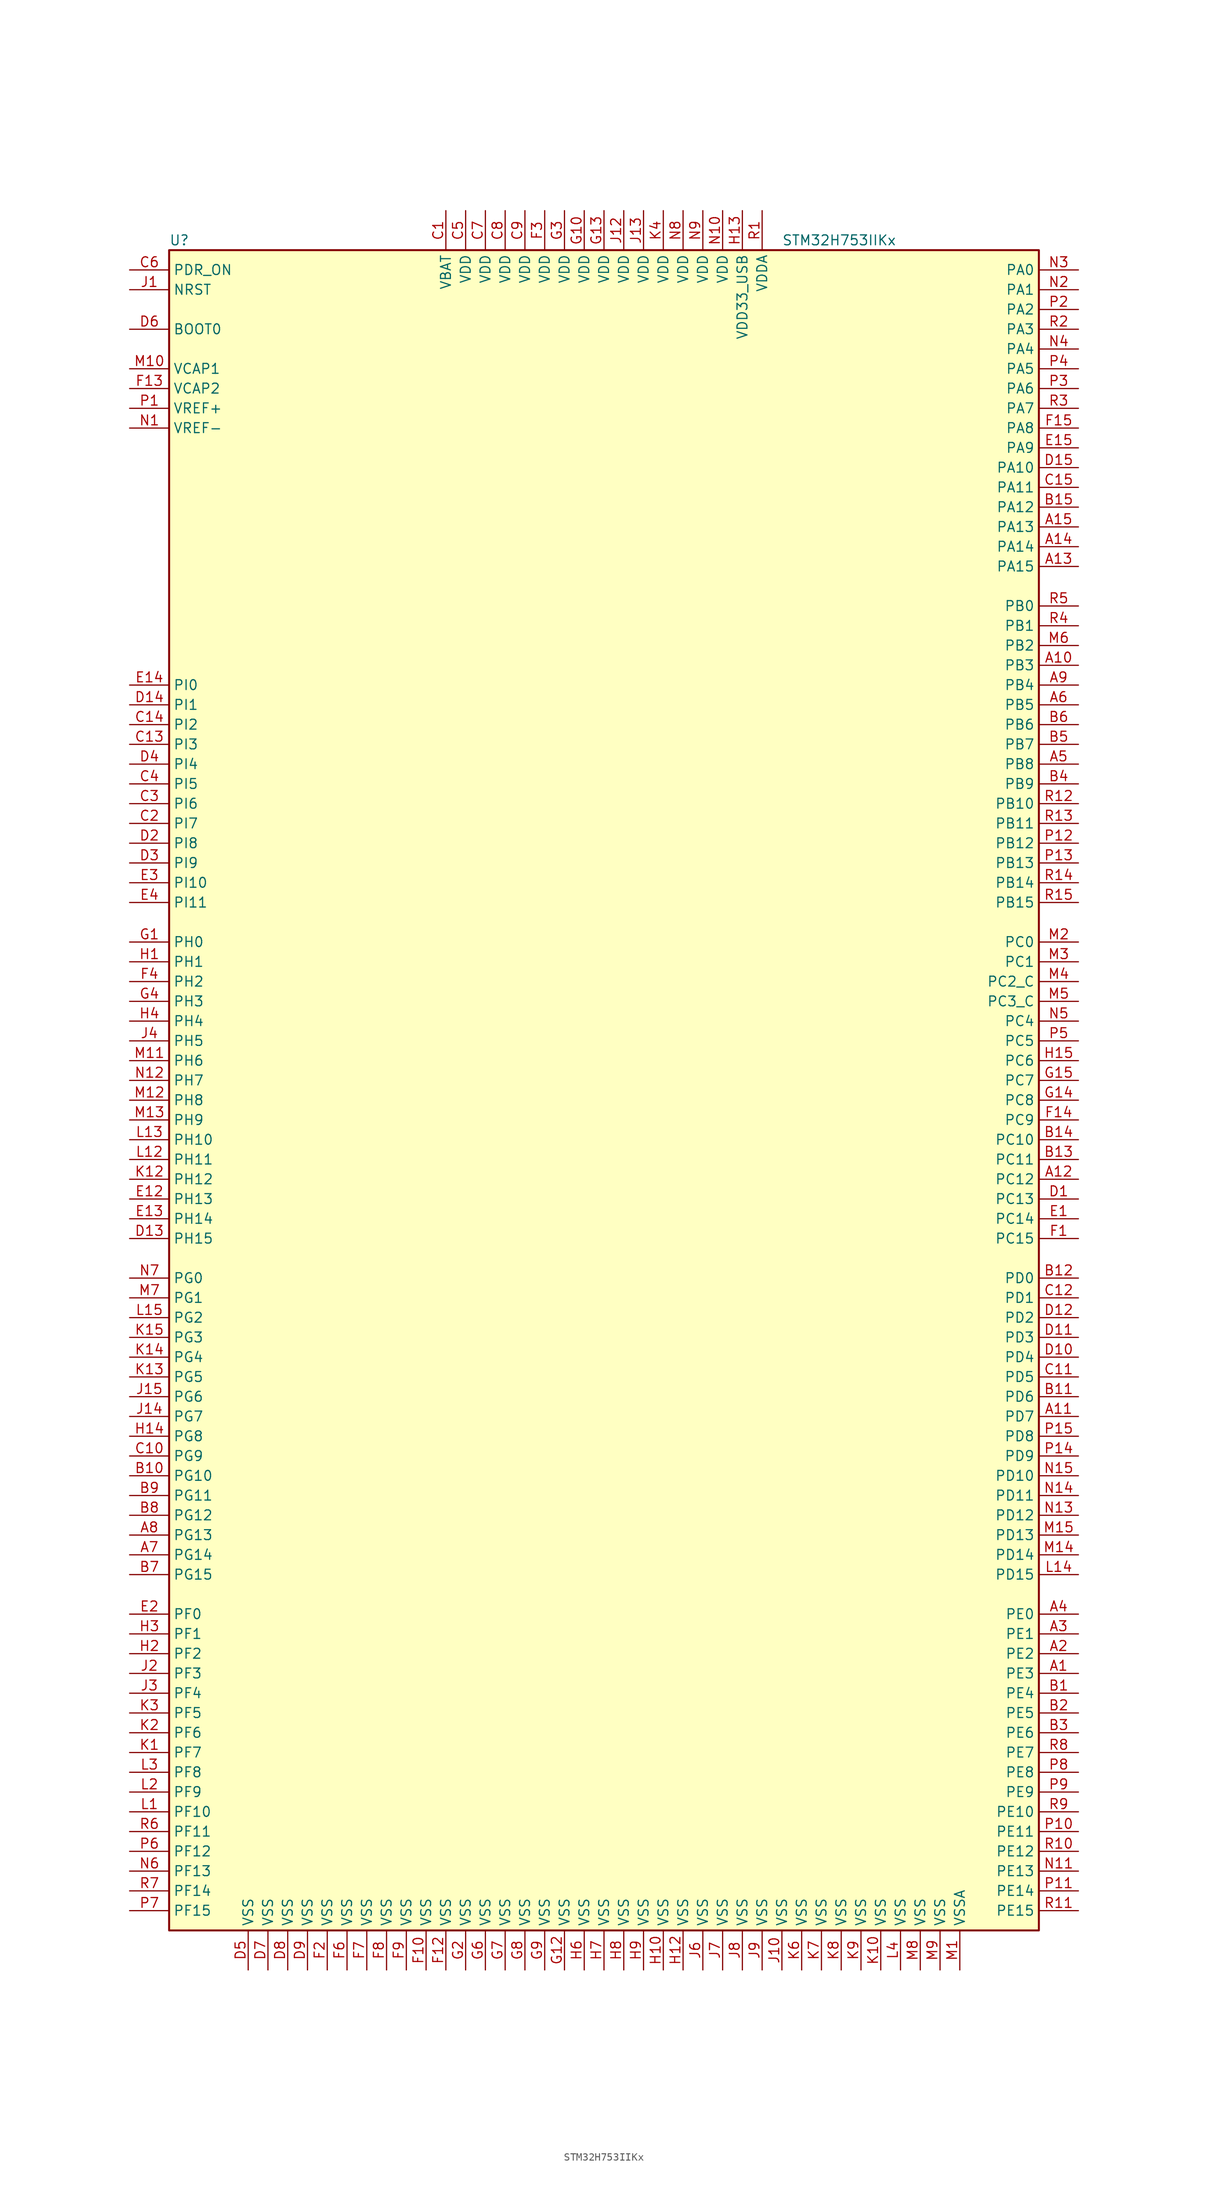
<source format=kicad_sym>
(kicad_symbol_lib
  (version 20201005)
  (generator kicad_symbol_editor)
  (symbol "MCU_ST_STM32H7:STM32H753IIKx"
    (property "Reference" "U"
      (at -55.88 107.95 0)
      (effects (font (size 1.27 1.27)) (justify left)))
    (property "Value" "STM32H753IIKx"
      (at 22.86 107.95 0)
      (effects (font (size 1.27 1.27)) (justify left)))
    (symbol "STM32H753IIKx_0_1"
      (rectangle (start -55.88 -109.22) (end 55.88 106.68) (stroke (width 0.254)) (fill (type background))))
    (symbol "STM32H753IIKx_1_1"
      (pin input line (at -60.96 96.52 0) (length 5.08) (name "BOOT0" (effects (font (size 1.27 1.27)))) (number "D6" (effects (font (size 1.27 1.27)))))
      (pin input line (at -60.96 101.6 0) (length 5.08) (name "NRST" (effects (font (size 1.27 1.27)))) (number "J1" (effects (font (size 1.27 1.27)))))
      (pin bidirectional line (at 60.96 104.14 180) (length 5.08) (name "PA0" (effects (font (size 1.27 1.27)))) (number "N3" (effects (font (size 1.27 1.27)))))
      (pin bidirectional line (at 60.96 101.6 180) (length 5.08) (name "PA1" (effects (font (size 1.27 1.27)))) (number "N2" (effects (font (size 1.27 1.27)))))
      (pin bidirectional line (at 60.96 78.74 180) (length 5.08) (name "PA10" (effects (font (size 1.27 1.27)))) (number "D15" (effects (font (size 1.27 1.27)))))
      (pin bidirectional line (at 60.96 76.2 180) (length 5.08) (name "PA11" (effects (font (size 1.27 1.27)))) (number "C15" (effects (font (size 1.27 1.27)))))
      (pin bidirectional line (at 60.96 73.66 180) (length 5.08) (name "PA12" (effects (font (size 1.27 1.27)))) (number "B15" (effects (font (size 1.27 1.27)))))
      (pin bidirectional line (at 60.96 71.12 180) (length 5.08) (name "PA13" (effects (font (size 1.27 1.27)))) (number "A15" (effects (font (size 1.27 1.27)))))
      (pin bidirectional line (at 60.96 68.58 180) (length 5.08) (name "PA14" (effects (font (size 1.27 1.27)))) (number "A14" (effects (font (size 1.27 1.27)))))
      (pin bidirectional line (at 60.96 66.04 180) (length 5.08) (name "PA15" (effects (font (size 1.27 1.27)))) (number "A13" (effects (font (size 1.27 1.27)))))
      (pin bidirectional line (at 60.96 99.06 180) (length 5.08) (name "PA2" (effects (font (size 1.27 1.27)))) (number "P2" (effects (font (size 1.27 1.27)))))
      (pin bidirectional line (at 60.96 96.52 180) (length 5.08) (name "PA3" (effects (font (size 1.27 1.27)))) (number "R2" (effects (font (size 1.27 1.27)))))
      (pin bidirectional line (at 60.96 93.98 180) (length 5.08) (name "PA4" (effects (font (size 1.27 1.27)))) (number "N4" (effects (font (size 1.27 1.27)))))
      (pin bidirectional line (at 60.96 91.44 180) (length 5.08) (name "PA5" (effects (font (size 1.27 1.27)))) (number "P4" (effects (font (size 1.27 1.27)))))
      (pin bidirectional line (at 60.96 88.9 180) (length 5.08) (name "PA6" (effects (font (size 1.27 1.27)))) (number "P3" (effects (font (size 1.27 1.27)))))
      (pin bidirectional line (at 60.96 86.36 180) (length 5.08) (name "PA7" (effects (font (size 1.27 1.27)))) (number "R3" (effects (font (size 1.27 1.27)))))
      (pin bidirectional line (at 60.96 83.82 180) (length 5.08) (name "PA8" (effects (font (size 1.27 1.27)))) (number "F15" (effects (font (size 1.27 1.27)))))
      (pin bidirectional line (at 60.96 81.28 180) (length 5.08) (name "PA9" (effects (font (size 1.27 1.27)))) (number "E15" (effects (font (size 1.27 1.27)))))
      (pin bidirectional line (at 60.96 60.96 180) (length 5.08) (name "PB0" (effects (font (size 1.27 1.27)))) (number "R5" (effects (font (size 1.27 1.27)))))
      (pin bidirectional line (at 60.96 58.42 180) (length 5.08) (name "PB1" (effects (font (size 1.27 1.27)))) (number "R4" (effects (font (size 1.27 1.27)))))
      (pin bidirectional line (at 60.96 35.56 180) (length 5.08) (name "PB10" (effects (font (size 1.27 1.27)))) (number "R12" (effects (font (size 1.27 1.27)))))
      (pin bidirectional line (at 60.96 33.02 180) (length 5.08) (name "PB11" (effects (font (size 1.27 1.27)))) (number "R13" (effects (font (size 1.27 1.27)))))
      (pin bidirectional line (at 60.96 30.48 180) (length 5.08) (name "PB12" (effects (font (size 1.27 1.27)))) (number "P12" (effects (font (size 1.27 1.27)))))
      (pin bidirectional line (at 60.96 27.94 180) (length 5.08) (name "PB13" (effects (font (size 1.27 1.27)))) (number "P13" (effects (font (size 1.27 1.27)))))
      (pin bidirectional line (at 60.96 25.4 180) (length 5.08) (name "PB14" (effects (font (size 1.27 1.27)))) (number "R14" (effects (font (size 1.27 1.27)))))
      (pin bidirectional line (at 60.96 22.86 180) (length 5.08) (name "PB15" (effects (font (size 1.27 1.27)))) (number "R15" (effects (font (size 1.27 1.27)))))
      (pin bidirectional line (at 60.96 55.88 180) (length 5.08) (name "PB2" (effects (font (size 1.27 1.27)))) (number "M6" (effects (font (size 1.27 1.27)))))
      (pin bidirectional line (at 60.96 53.34 180) (length 5.08) (name "PB3" (effects (font (size 1.27 1.27)))) (number "A10" (effects (font (size 1.27 1.27)))))
      (pin bidirectional line (at 60.96 50.8 180) (length 5.08) (name "PB4" (effects (font (size 1.27 1.27)))) (number "A9" (effects (font (size 1.27 1.27)))))
      (pin bidirectional line (at 60.96 48.26 180) (length 5.08) (name "PB5" (effects (font (size 1.27 1.27)))) (number "A6" (effects (font (size 1.27 1.27)))))
      (pin bidirectional line (at 60.96 45.72 180) (length 5.08) (name "PB6" (effects (font (size 1.27 1.27)))) (number "B6" (effects (font (size 1.27 1.27)))))
      (pin bidirectional line (at 60.96 43.18 180) (length 5.08) (name "PB7" (effects (font (size 1.27 1.27)))) (number "B5" (effects (font (size 1.27 1.27)))))
      (pin bidirectional line (at 60.96 40.64 180) (length 5.08) (name "PB8" (effects (font (size 1.27 1.27)))) (number "A5" (effects (font (size 1.27 1.27)))))
      (pin bidirectional line (at 60.96 38.1 180) (length 5.08) (name "PB9" (effects (font (size 1.27 1.27)))) (number "B4" (effects (font (size 1.27 1.27)))))
      (pin bidirectional line (at 60.96 17.78 180) (length 5.08) (name "PC0" (effects (font (size 1.27 1.27)))) (number "M2" (effects (font (size 1.27 1.27)))))
      (pin bidirectional line (at 60.96 15.24 180) (length 5.08) (name "PC1" (effects (font (size 1.27 1.27)))) (number "M3" (effects (font (size 1.27 1.27)))))
      (pin bidirectional line (at 60.96 -7.62 180) (length 5.08) (name "PC10" (effects (font (size 1.27 1.27)))) (number "B14" (effects (font (size 1.27 1.27)))))
      (pin bidirectional line (at 60.96 -10.16 180) (length 5.08) (name "PC11" (effects (font (size 1.27 1.27)))) (number "B13" (effects (font (size 1.27 1.27)))))
      (pin bidirectional line (at 60.96 -12.7 180) (length 5.08) (name "PC12" (effects (font (size 1.27 1.27)))) (number "A12" (effects (font (size 1.27 1.27)))))
      (pin bidirectional line (at 60.96 -15.24 180) (length 5.08) (name "PC13" (effects (font (size 1.27 1.27)))) (number "D1" (effects (font (size 1.27 1.27)))))
      (pin bidirectional line (at 60.96 -17.78 180) (length 5.08) (name "PC14" (effects (font (size 1.27 1.27)))) (number "E1" (effects (font (size 1.27 1.27)))))
      (pin bidirectional line (at 60.96 -20.32 180) (length 5.08) (name "PC15" (effects (font (size 1.27 1.27)))) (number "F1" (effects (font (size 1.27 1.27)))))
      (pin bidirectional line (at 60.96 12.7 180) (length 5.08) (name "PC2_C" (effects (font (size 1.27 1.27)))) (number "M4" (effects (font (size 1.27 1.27)))))
      (pin bidirectional line (at 60.96 10.16 180) (length 5.08) (name "PC3_C" (effects (font (size 1.27 1.27)))) (number "M5" (effects (font (size 1.27 1.27)))))
      (pin bidirectional line (at 60.96 7.62 180) (length 5.08) (name "PC4" (effects (font (size 1.27 1.27)))) (number "N5" (effects (font (size 1.27 1.27)))))
      (pin bidirectional line (at 60.96 5.08 180) (length 5.08) (name "PC5" (effects (font (size 1.27 1.27)))) (number "P5" (effects (font (size 1.27 1.27)))))
      (pin bidirectional line (at 60.96 2.54 180) (length 5.08) (name "PC6" (effects (font (size 1.27 1.27)))) (number "H15" (effects (font (size 1.27 1.27)))))
      (pin bidirectional line (at 60.96 0 180) (length 5.08) (name "PC7" (effects (font (size 1.27 1.27)))) (number "G15" (effects (font (size 1.27 1.27)))))
      (pin bidirectional line (at 60.96 -2.54 180) (length 5.08) (name "PC8" (effects (font (size 1.27 1.27)))) (number "G14" (effects (font (size 1.27 1.27)))))
      (pin bidirectional line (at 60.96 -5.08 180) (length 5.08) (name "PC9" (effects (font (size 1.27 1.27)))) (number "F14" (effects (font (size 1.27 1.27)))))
      (pin bidirectional line (at 60.96 -25.4 180) (length 5.08) (name "PD0" (effects (font (size 1.27 1.27)))) (number "B12" (effects (font (size 1.27 1.27)))))
      (pin bidirectional line (at 60.96 -27.94 180) (length 5.08) (name "PD1" (effects (font (size 1.27 1.27)))) (number "C12" (effects (font (size 1.27 1.27)))))
      (pin bidirectional line (at 60.96 -50.8 180) (length 5.08) (name "PD10" (effects (font (size 1.27 1.27)))) (number "N15" (effects (font (size 1.27 1.27)))))
      (pin bidirectional line (at 60.96 -53.34 180) (length 5.08) (name "PD11" (effects (font (size 1.27 1.27)))) (number "N14" (effects (font (size 1.27 1.27)))))
      (pin bidirectional line (at 60.96 -55.88 180) (length 5.08) (name "PD12" (effects (font (size 1.27 1.27)))) (number "N13" (effects (font (size 1.27 1.27)))))
      (pin bidirectional line (at 60.96 -58.42 180) (length 5.08) (name "PD13" (effects (font (size 1.27 1.27)))) (number "M15" (effects (font (size 1.27 1.27)))))
      (pin bidirectional line (at 60.96 -60.96 180) (length 5.08) (name "PD14" (effects (font (size 1.27 1.27)))) (number "M14" (effects (font (size 1.27 1.27)))))
      (pin bidirectional line (at 60.96 -63.5 180) (length 5.08) (name "PD15" (effects (font (size 1.27 1.27)))) (number "L14" (effects (font (size 1.27 1.27)))))
      (pin bidirectional line (at 60.96 -30.48 180) (length 5.08) (name "PD2" (effects (font (size 1.27 1.27)))) (number "D12" (effects (font (size 1.27 1.27)))))
      (pin bidirectional line (at 60.96 -33.02 180) (length 5.08) (name "PD3" (effects (font (size 1.27 1.27)))) (number "D11" (effects (font (size 1.27 1.27)))))
      (pin bidirectional line (at 60.96 -35.56 180) (length 5.08) (name "PD4" (effects (font (size 1.27 1.27)))) (number "D10" (effects (font (size 1.27 1.27)))))
      (pin bidirectional line (at 60.96 -38.1 180) (length 5.08) (name "PD5" (effects (font (size 1.27 1.27)))) (number "C11" (effects (font (size 1.27 1.27)))))
      (pin bidirectional line (at 60.96 -40.64 180) (length 5.08) (name "PD6" (effects (font (size 1.27 1.27)))) (number "B11" (effects (font (size 1.27 1.27)))))
      (pin bidirectional line (at 60.96 -43.18 180) (length 5.08) (name "PD7" (effects (font (size 1.27 1.27)))) (number "A11" (effects (font (size 1.27 1.27)))))
      (pin bidirectional line (at 60.96 -45.72 180) (length 5.08) (name "PD8" (effects (font (size 1.27 1.27)))) (number "P15" (effects (font (size 1.27 1.27)))))
      (pin bidirectional line (at 60.96 -48.26 180) (length 5.08) (name "PD9" (effects (font (size 1.27 1.27)))) (number "P14" (effects (font (size 1.27 1.27)))))
      (pin input line (at -60.96 104.14 0) (length 5.08) (name "PDR_ON" (effects (font (size 1.27 1.27)))) (number "C6" (effects (font (size 1.27 1.27)))))
      (pin bidirectional line (at 60.96 -68.58 180) (length 5.08) (name "PE0" (effects (font (size 1.27 1.27)))) (number "A4" (effects (font (size 1.27 1.27)))))
      (pin bidirectional line (at 60.96 -71.12 180) (length 5.08) (name "PE1" (effects (font (size 1.27 1.27)))) (number "A3" (effects (font (size 1.27 1.27)))))
      (pin bidirectional line (at 60.96 -93.98 180) (length 5.08) (name "PE10" (effects (font (size 1.27 1.27)))) (number "R9" (effects (font (size 1.27 1.27)))))
      (pin bidirectional line (at 60.96 -96.52 180) (length 5.08) (name "PE11" (effects (font (size 1.27 1.27)))) (number "P10" (effects (font (size 1.27 1.27)))))
      (pin bidirectional line (at 60.96 -99.06 180) (length 5.08) (name "PE12" (effects (font (size 1.27 1.27)))) (number "R10" (effects (font (size 1.27 1.27)))))
      (pin bidirectional line (at 60.96 -101.6 180) (length 5.08) (name "PE13" (effects (font (size 1.27 1.27)))) (number "N11" (effects (font (size 1.27 1.27)))))
      (pin bidirectional line (at 60.96 -104.14 180) (length 5.08) (name "PE14" (effects (font (size 1.27 1.27)))) (number "P11" (effects (font (size 1.27 1.27)))))
      (pin bidirectional line (at 60.96 -106.68 180) (length 5.08) (name "PE15" (effects (font (size 1.27 1.27)))) (number "R11" (effects (font (size 1.27 1.27)))))
      (pin bidirectional line (at 60.96 -73.66 180) (length 5.08) (name "PE2" (effects (font (size 1.27 1.27)))) (number "A2" (effects (font (size 1.27 1.27)))))
      (pin bidirectional line (at 60.96 -76.2 180) (length 5.08) (name "PE3" (effects (font (size 1.27 1.27)))) (number "A1" (effects (font (size 1.27 1.27)))))
      (pin bidirectional line (at 60.96 -78.74 180) (length 5.08) (name "PE4" (effects (font (size 1.27 1.27)))) (number "B1" (effects (font (size 1.27 1.27)))))
      (pin bidirectional line (at 60.96 -81.28 180) (length 5.08) (name "PE5" (effects (font (size 1.27 1.27)))) (number "B2" (effects (font (size 1.27 1.27)))))
      (pin bidirectional line (at 60.96 -83.82 180) (length 5.08) (name "PE6" (effects (font (size 1.27 1.27)))) (number "B3" (effects (font (size 1.27 1.27)))))
      (pin bidirectional line (at 60.96 -86.36 180) (length 5.08) (name "PE7" (effects (font (size 1.27 1.27)))) (number "R8" (effects (font (size 1.27 1.27)))))
      (pin bidirectional line (at 60.96 -88.9 180) (length 5.08) (name "PE8" (effects (font (size 1.27 1.27)))) (number "P8" (effects (font (size 1.27 1.27)))))
      (pin bidirectional line (at 60.96 -91.44 180) (length 5.08) (name "PE9" (effects (font (size 1.27 1.27)))) (number "P9" (effects (font (size 1.27 1.27)))))
      (pin bidirectional line (at -60.96 -68.58 0) (length 5.08) (name "PF0" (effects (font (size 1.27 1.27)))) (number "E2" (effects (font (size 1.27 1.27)))))
      (pin bidirectional line (at -60.96 -71.12 0) (length 5.08) (name "PF1" (effects (font (size 1.27 1.27)))) (number "H3" (effects (font (size 1.27 1.27)))))
      (pin bidirectional line (at -60.96 -93.98 0) (length 5.08) (name "PF10" (effects (font (size 1.27 1.27)))) (number "L1" (effects (font (size 1.27 1.27)))))
      (pin bidirectional line (at -60.96 -96.52 0) (length 5.08) (name "PF11" (effects (font (size 1.27 1.27)))) (number "R6" (effects (font (size 1.27 1.27)))))
      (pin bidirectional line (at -60.96 -99.06 0) (length 5.08) (name "PF12" (effects (font (size 1.27 1.27)))) (number "P6" (effects (font (size 1.27 1.27)))))
      (pin bidirectional line (at -60.96 -101.6 0) (length 5.08) (name "PF13" (effects (font (size 1.27 1.27)))) (number "N6" (effects (font (size 1.27 1.27)))))
      (pin bidirectional line (at -60.96 -104.14 0) (length 5.08) (name "PF14" (effects (font (size 1.27 1.27)))) (number "R7" (effects (font (size 1.27 1.27)))))
      (pin bidirectional line (at -60.96 -106.68 0) (length 5.08) (name "PF15" (effects (font (size 1.27 1.27)))) (number "P7" (effects (font (size 1.27 1.27)))))
      (pin bidirectional line (at -60.96 -73.66 0) (length 5.08) (name "PF2" (effects (font (size 1.27 1.27)))) (number "H2" (effects (font (size 1.27 1.27)))))
      (pin bidirectional line (at -60.96 -76.2 0) (length 5.08) (name "PF3" (effects (font (size 1.27 1.27)))) (number "J2" (effects (font (size 1.27 1.27)))))
      (pin bidirectional line (at -60.96 -78.74 0) (length 5.08) (name "PF4" (effects (font (size 1.27 1.27)))) (number "J3" (effects (font (size 1.27 1.27)))))
      (pin bidirectional line (at -60.96 -81.28 0) (length 5.08) (name "PF5" (effects (font (size 1.27 1.27)))) (number "K3" (effects (font (size 1.27 1.27)))))
      (pin bidirectional line (at -60.96 -83.82 0) (length 5.08) (name "PF6" (effects (font (size 1.27 1.27)))) (number "K2" (effects (font (size 1.27 1.27)))))
      (pin bidirectional line (at -60.96 -86.36 0) (length 5.08) (name "PF7" (effects (font (size 1.27 1.27)))) (number "K1" (effects (font (size 1.27 1.27)))))
      (pin bidirectional line (at -60.96 -88.9 0) (length 5.08) (name "PF8" (effects (font (size 1.27 1.27)))) (number "L3" (effects (font (size 1.27 1.27)))))
      (pin bidirectional line (at -60.96 -91.44 0) (length 5.08) (name "PF9" (effects (font (size 1.27 1.27)))) (number "L2" (effects (font (size 1.27 1.27)))))
      (pin bidirectional line (at -60.96 -25.4 0) (length 5.08) (name "PG0" (effects (font (size 1.27 1.27)))) (number "N7" (effects (font (size 1.27 1.27)))))
      (pin bidirectional line (at -60.96 -27.94 0) (length 5.08) (name "PG1" (effects (font (size 1.27 1.27)))) (number "M7" (effects (font (size 1.27 1.27)))))
      (pin bidirectional line (at -60.96 -50.8 0) (length 5.08) (name "PG10" (effects (font (size 1.27 1.27)))) (number "B10" (effects (font (size 1.27 1.27)))))
      (pin bidirectional line (at -60.96 -53.34 0) (length 5.08) (name "PG11" (effects (font (size 1.27 1.27)))) (number "B9" (effects (font (size 1.27 1.27)))))
      (pin bidirectional line (at -60.96 -55.88 0) (length 5.08) (name "PG12" (effects (font (size 1.27 1.27)))) (number "B8" (effects (font (size 1.27 1.27)))))
      (pin bidirectional line (at -60.96 -58.42 0) (length 5.08) (name "PG13" (effects (font (size 1.27 1.27)))) (number "A8" (effects (font (size 1.27 1.27)))))
      (pin bidirectional line (at -60.96 -60.96 0) (length 5.08) (name "PG14" (effects (font (size 1.27 1.27)))) (number "A7" (effects (font (size 1.27 1.27)))))
      (pin bidirectional line (at -60.96 -63.5 0) (length 5.08) (name "PG15" (effects (font (size 1.27 1.27)))) (number "B7" (effects (font (size 1.27 1.27)))))
      (pin bidirectional line (at -60.96 -30.48 0) (length 5.08) (name "PG2" (effects (font (size 1.27 1.27)))) (number "L15" (effects (font (size 1.27 1.27)))))
      (pin bidirectional line (at -60.96 -33.02 0) (length 5.08) (name "PG3" (effects (font (size 1.27 1.27)))) (number "K15" (effects (font (size 1.27 1.27)))))
      (pin bidirectional line (at -60.96 -35.56 0) (length 5.08) (name "PG4" (effects (font (size 1.27 1.27)))) (number "K14" (effects (font (size 1.27 1.27)))))
      (pin bidirectional line (at -60.96 -38.1 0) (length 5.08) (name "PG5" (effects (font (size 1.27 1.27)))) (number "K13" (effects (font (size 1.27 1.27)))))
      (pin bidirectional line (at -60.96 -40.64 0) (length 5.08) (name "PG6" (effects (font (size 1.27 1.27)))) (number "J15" (effects (font (size 1.27 1.27)))))
      (pin bidirectional line (at -60.96 -43.18 0) (length 5.08) (name "PG7" (effects (font (size 1.27 1.27)))) (number "J14" (effects (font (size 1.27 1.27)))))
      (pin bidirectional line (at -60.96 -45.72 0) (length 5.08) (name "PG8" (effects (font (size 1.27 1.27)))) (number "H14" (effects (font (size 1.27 1.27)))))
      (pin bidirectional line (at -60.96 -48.26 0) (length 5.08) (name "PG9" (effects (font (size 1.27 1.27)))) (number "C10" (effects (font (size 1.27 1.27)))))
      (pin input line (at -60.96 17.78 0) (length 5.08) (name "PH0" (effects (font (size 1.27 1.27)))) (number "G1" (effects (font (size 1.27 1.27)))))
      (pin input line (at -60.96 15.24 0) (length 5.08) (name "PH1" (effects (font (size 1.27 1.27)))) (number "H1" (effects (font (size 1.27 1.27)))))
      (pin bidirectional line (at -60.96 -7.62 0) (length 5.08) (name "PH10" (effects (font (size 1.27 1.27)))) (number "L13" (effects (font (size 1.27 1.27)))))
      (pin bidirectional line (at -60.96 -10.16 0) (length 5.08) (name "PH11" (effects (font (size 1.27 1.27)))) (number "L12" (effects (font (size 1.27 1.27)))))
      (pin bidirectional line (at -60.96 -12.7 0) (length 5.08) (name "PH12" (effects (font (size 1.27 1.27)))) (number "K12" (effects (font (size 1.27 1.27)))))
      (pin bidirectional line (at -60.96 -15.24 0) (length 5.08) (name "PH13" (effects (font (size 1.27 1.27)))) (number "E12" (effects (font (size 1.27 1.27)))))
      (pin bidirectional line (at -60.96 -17.78 0) (length 5.08) (name "PH14" (effects (font (size 1.27 1.27)))) (number "E13" (effects (font (size 1.27 1.27)))))
      (pin bidirectional line (at -60.96 -20.32 0) (length 5.08) (name "PH15" (effects (font (size 1.27 1.27)))) (number "D13" (effects (font (size 1.27 1.27)))))
      (pin bidirectional line (at -60.96 12.7 0) (length 5.08) (name "PH2" (effects (font (size 1.27 1.27)))) (number "F4" (effects (font (size 1.27 1.27)))))
      (pin bidirectional line (at -60.96 10.16 0) (length 5.08) (name "PH3" (effects (font (size 1.27 1.27)))) (number "G4" (effects (font (size 1.27 1.27)))))
      (pin bidirectional line (at -60.96 7.62 0) (length 5.08) (name "PH4" (effects (font (size 1.27 1.27)))) (number "H4" (effects (font (size 1.27 1.27)))))
      (pin bidirectional line (at -60.96 5.08 0) (length 5.08) (name "PH5" (effects (font (size 1.27 1.27)))) (number "J4" (effects (font (size 1.27 1.27)))))
      (pin bidirectional line (at -60.96 2.54 0) (length 5.08) (name "PH6" (effects (font (size 1.27 1.27)))) (number "M11" (effects (font (size 1.27 1.27)))))
      (pin bidirectional line (at -60.96 0 0) (length 5.08) (name "PH7" (effects (font (size 1.27 1.27)))) (number "N12" (effects (font (size 1.27 1.27)))))
      (pin bidirectional line (at -60.96 -2.54 0) (length 5.08) (name "PH8" (effects (font (size 1.27 1.27)))) (number "M12" (effects (font (size 1.27 1.27)))))
      (pin bidirectional line (at -60.96 -5.08 0) (length 5.08) (name "PH9" (effects (font (size 1.27 1.27)))) (number "M13" (effects (font (size 1.27 1.27)))))
      (pin bidirectional line (at -60.96 50.8 0) (length 5.08) (name "PI0" (effects (font (size 1.27 1.27)))) (number "E14" (effects (font (size 1.27 1.27)))))
      (pin bidirectional line (at -60.96 48.26 0) (length 5.08) (name "PI1" (effects (font (size 1.27 1.27)))) (number "D14" (effects (font (size 1.27 1.27)))))
      (pin bidirectional line (at -60.96 25.4 0) (length 5.08) (name "PI10" (effects (font (size 1.27 1.27)))) (number "E3" (effects (font (size 1.27 1.27)))))
      (pin bidirectional line (at -60.96 22.86 0) (length 5.08) (name "PI11" (effects (font (size 1.27 1.27)))) (number "E4" (effects (font (size 1.27 1.27)))))
      (pin bidirectional line (at -60.96 45.72 0) (length 5.08) (name "PI2" (effects (font (size 1.27 1.27)))) (number "C14" (effects (font (size 1.27 1.27)))))
      (pin bidirectional line (at -60.96 43.18 0) (length 5.08) (name "PI3" (effects (font (size 1.27 1.27)))) (number "C13" (effects (font (size 1.27 1.27)))))
      (pin bidirectional line (at -60.96 40.64 0) (length 5.08) (name "PI4" (effects (font (size 1.27 1.27)))) (number "D4" (effects (font (size 1.27 1.27)))))
      (pin bidirectional line (at -60.96 38.1 0) (length 5.08) (name "PI5" (effects (font (size 1.27 1.27)))) (number "C4" (effects (font (size 1.27 1.27)))))
      (pin bidirectional line (at -60.96 35.56 0) (length 5.08) (name "PI6" (effects (font (size 1.27 1.27)))) (number "C3" (effects (font (size 1.27 1.27)))))
      (pin bidirectional line (at -60.96 33.02 0) (length 5.08) (name "PI7" (effects (font (size 1.27 1.27)))) (number "C2" (effects (font (size 1.27 1.27)))))
      (pin bidirectional line (at -60.96 30.48 0) (length 5.08) (name "PI8" (effects (font (size 1.27 1.27)))) (number "D2" (effects (font (size 1.27 1.27)))))
      (pin bidirectional line (at -60.96 27.94 0) (length 5.08) (name "PI9" (effects (font (size 1.27 1.27)))) (number "D3" (effects (font (size 1.27 1.27)))))
      (pin power_in line (at -20.32 111.76 270) (length 5.08) (name "VBAT" (effects (font (size 1.27 1.27)))) (number "C1" (effects (font (size 1.27 1.27)))))
      (pin power_in line (at -60.96 91.44 0) (length 5.08) (name "VCAP1" (effects (font (size 1.27 1.27)))) (number "M10" (effects (font (size 1.27 1.27)))))
      (pin power_in line (at -60.96 88.9 0) (length 5.08) (name "VCAP2" (effects (font (size 1.27 1.27)))) (number "F13" (effects (font (size 1.27 1.27)))))
      (pin power_in line (at -17.78 111.76 270) (length 5.08) (name "VDD" (effects (font (size 1.27 1.27)))) (number "C5" (effects (font (size 1.27 1.27)))))
      (pin power_in line (at -15.24 111.76 270) (length 5.08) (name "VDD" (effects (font (size 1.27 1.27)))) (number "C7" (effects (font (size 1.27 1.27)))))
      (pin power_in line (at -12.7 111.76 270) (length 5.08) (name "VDD" (effects (font (size 1.27 1.27)))) (number "C8" (effects (font (size 1.27 1.27)))))
      (pin power_in line (at -10.16 111.76 270) (length 5.08) (name "VDD" (effects (font (size 1.27 1.27)))) (number "C9" (effects (font (size 1.27 1.27)))))
      (pin power_in line (at -7.62 111.76 270) (length 5.08) (name "VDD" (effects (font (size 1.27 1.27)))) (number "F3" (effects (font (size 1.27 1.27)))))
      (pin power_in line (at -2.54 111.76 270) (length 5.08) (name "VDD" (effects (font (size 1.27 1.27)))) (number "G10" (effects (font (size 1.27 1.27)))))
      (pin power_in line (at 0 111.76 270) (length 5.08) (name "VDD" (effects (font (size 1.27 1.27)))) (number "G13" (effects (font (size 1.27 1.27)))))
      (pin power_in line (at -5.08 111.76 270) (length 5.08) (name "VDD" (effects (font (size 1.27 1.27)))) (number "G3" (effects (font (size 1.27 1.27)))))
      (pin power_in line (at 2.54 111.76 270) (length 5.08) (name "VDD" (effects (font (size 1.27 1.27)))) (number "J12" (effects (font (size 1.27 1.27)))))
      (pin power_in line (at 5.08 111.76 270) (length 5.08) (name "VDD" (effects (font (size 1.27 1.27)))) (number "J13" (effects (font (size 1.27 1.27)))))
      (pin power_in line (at 7.62 111.76 270) (length 5.08) (name "VDD" (effects (font (size 1.27 1.27)))) (number "K4" (effects (font (size 1.27 1.27)))))
      (pin power_in line (at 15.24 111.76 270) (length 5.08) (name "VDD" (effects (font (size 1.27 1.27)))) (number "N10" (effects (font (size 1.27 1.27)))))
      (pin power_in line (at 10.16 111.76 270) (length 5.08) (name "VDD" (effects (font (size 1.27 1.27)))) (number "N8" (effects (font (size 1.27 1.27)))))
      (pin power_in line (at 12.7 111.76 270) (length 5.08) (name "VDD" (effects (font (size 1.27 1.27)))) (number "N9" (effects (font (size 1.27 1.27)))))
      (pin power_in line (at 17.78 111.76 270) (length 5.08) (name "VDD33_USB" (effects (font (size 1.27 1.27)))) (number "H13" (effects (font (size 1.27 1.27)))))
      (pin power_in line (at 20.32 111.76 270) (length 5.08) (name "VDDA" (effects (font (size 1.27 1.27)))) (number "R1" (effects (font (size 1.27 1.27)))))
      (pin bidirectional line (at -60.96 86.36 0) (length 5.08) (name "VREF+" (effects (font (size 1.27 1.27)))) (number "P1" (effects (font (size 1.27 1.27)))))
      (pin power_in line (at -60.96 83.82 0) (length 5.08) (name "VREF-" (effects (font (size 1.27 1.27)))) (number "N1" (effects (font (size 1.27 1.27)))))
      (pin power_in line (at -45.72 -114.3 90) (length 5.08) (name "VSS" (effects (font (size 1.27 1.27)))) (number "D5" (effects (font (size 1.27 1.27)))))
      (pin power_in line (at -43.18 -114.3 90) (length 5.08) (name "VSS" (effects (font (size 1.27 1.27)))) (number "D7" (effects (font (size 1.27 1.27)))))
      (pin power_in line (at -40.64 -114.3 90) (length 5.08) (name "VSS" (effects (font (size 1.27 1.27)))) (number "D8" (effects (font (size 1.27 1.27)))))
      (pin power_in line (at -38.1 -114.3 90) (length 5.08) (name "VSS" (effects (font (size 1.27 1.27)))) (number "D9" (effects (font (size 1.27 1.27)))))
      (pin power_in line (at -22.86 -114.3 90) (length 5.08) (name "VSS" (effects (font (size 1.27 1.27)))) (number "F10" (effects (font (size 1.27 1.27)))))
      (pin power_in line (at -20.32 -114.3 90) (length 5.08) (name "VSS" (effects (font (size 1.27 1.27)))) (number "F12" (effects (font (size 1.27 1.27)))))
      (pin power_in line (at -35.56 -114.3 90) (length 5.08) (name "VSS" (effects (font (size 1.27 1.27)))) (number "F2" (effects (font (size 1.27 1.27)))))
      (pin power_in line (at -33.02 -114.3 90) (length 5.08) (name "VSS" (effects (font (size 1.27 1.27)))) (number "F6" (effects (font (size 1.27 1.27)))))
      (pin power_in line (at -30.48 -114.3 90) (length 5.08) (name "VSS" (effects (font (size 1.27 1.27)))) (number "F7" (effects (font (size 1.27 1.27)))))
      (pin power_in line (at -27.94 -114.3 90) (length 5.08) (name "VSS" (effects (font (size 1.27 1.27)))) (number "F8" (effects (font (size 1.27 1.27)))))
      (pin power_in line (at -25.4 -114.3 90) (length 5.08) (name "VSS" (effects (font (size 1.27 1.27)))) (number "F9" (effects (font (size 1.27 1.27)))))
      (pin power_in line (at -5.08 -114.3 90) (length 5.08) (name "VSS" (effects (font (size 1.27 1.27)))) (number "G12" (effects (font (size 1.27 1.27)))))
      (pin power_in line (at -17.78 -114.3 90) (length 5.08) (name "VSS" (effects (font (size 1.27 1.27)))) (number "G2" (effects (font (size 1.27 1.27)))))
      (pin power_in line (at -15.24 -114.3 90) (length 5.08) (name "VSS" (effects (font (size 1.27 1.27)))) (number "G6" (effects (font (size 1.27 1.27)))))
      (pin power_in line (at -12.7 -114.3 90) (length 5.08) (name "VSS" (effects (font (size 1.27 1.27)))) (number "G7" (effects (font (size 1.27 1.27)))))
      (pin power_in line (at -10.16 -114.3 90) (length 5.08) (name "VSS" (effects (font (size 1.27 1.27)))) (number "G8" (effects (font (size 1.27 1.27)))))
      (pin power_in line (at -7.62 -114.3 90) (length 5.08) (name "VSS" (effects (font (size 1.27 1.27)))) (number "G9" (effects (font (size 1.27 1.27)))))
      (pin power_in line (at 7.62 -114.3 90) (length 5.08) (name "VSS" (effects (font (size 1.27 1.27)))) (number "H10" (effects (font (size 1.27 1.27)))))
      (pin power_in line (at 10.16 -114.3 90) (length 5.08) (name "VSS" (effects (font (size 1.27 1.27)))) (number "H12" (effects (font (size 1.27 1.27)))))
      (pin power_in line (at -2.54 -114.3 90) (length 5.08) (name "VSS" (effects (font (size 1.27 1.27)))) (number "H6" (effects (font (size 1.27 1.27)))))
      (pin power_in line (at 0 -114.3 90) (length 5.08) (name "VSS" (effects (font (size 1.27 1.27)))) (number "H7" (effects (font (size 1.27 1.27)))))
      (pin power_in line (at 2.54 -114.3 90) (length 5.08) (name "VSS" (effects (font (size 1.27 1.27)))) (number "H8" (effects (font (size 1.27 1.27)))))
      (pin power_in line (at 5.08 -114.3 90) (length 5.08) (name "VSS" (effects (font (size 1.27 1.27)))) (number "H9" (effects (font (size 1.27 1.27)))))
      (pin power_in line (at 22.86 -114.3 90) (length 5.08) (name "VSS" (effects (font (size 1.27 1.27)))) (number "J10" (effects (font (size 1.27 1.27)))))
      (pin power_in line (at 12.7 -114.3 90) (length 5.08) (name "VSS" (effects (font (size 1.27 1.27)))) (number "J6" (effects (font (size 1.27 1.27)))))
      (pin power_in line (at 15.24 -114.3 90) (length 5.08) (name "VSS" (effects (font (size 1.27 1.27)))) (number "J7" (effects (font (size 1.27 1.27)))))
      (pin power_in line (at 17.78 -114.3 90) (length 5.08) (name "VSS" (effects (font (size 1.27 1.27)))) (number "J8" (effects (font (size 1.27 1.27)))))
      (pin power_in line (at 20.32 -114.3 90) (length 5.08) (name "VSS" (effects (font (size 1.27 1.27)))) (number "J9" (effects (font (size 1.27 1.27)))))
      (pin power_in line (at 35.56 -114.3 90) (length 5.08) (name "VSS" (effects (font (size 1.27 1.27)))) (number "K10" (effects (font (size 1.27 1.27)))))
      (pin power_in line (at 25.4 -114.3 90) (length 5.08) (name "VSS" (effects (font (size 1.27 1.27)))) (number "K6" (effects (font (size 1.27 1.27)))))
      (pin power_in line (at 27.94 -114.3 90) (length 5.08) (name "VSS" (effects (font (size 1.27 1.27)))) (number "K7" (effects (font (size 1.27 1.27)))))
      (pin power_in line (at 30.48 -114.3 90) (length 5.08) (name "VSS" (effects (font (size 1.27 1.27)))) (number "K8" (effects (font (size 1.27 1.27)))))
      (pin power_in line (at 33.02 -114.3 90) (length 5.08) (name "VSS" (effects (font (size 1.27 1.27)))) (number "K9" (effects (font (size 1.27 1.27)))))
      (pin power_in line (at 38.1 -114.3 90) (length 5.08) (name "VSS" (effects (font (size 1.27 1.27)))) (number "L4" (effects (font (size 1.27 1.27)))))
      (pin power_in line (at 40.64 -114.3 90) (length 5.08) (name "VSS" (effects (font (size 1.27 1.27)))) (number "M8" (effects (font (size 1.27 1.27)))))
      (pin power_in line (at 43.18 -114.3 90) (length 5.08) (name "VSS" (effects (font (size 1.27 1.27)))) (number "M9" (effects (font (size 1.27 1.27)))))
      (pin power_in line (at 45.72 -114.3 90) (length 5.08) (name "VSSA" (effects (font (size 1.27 1.27)))) (number "M1" (effects (font (size 1.27 1.27))))))))
</source>
